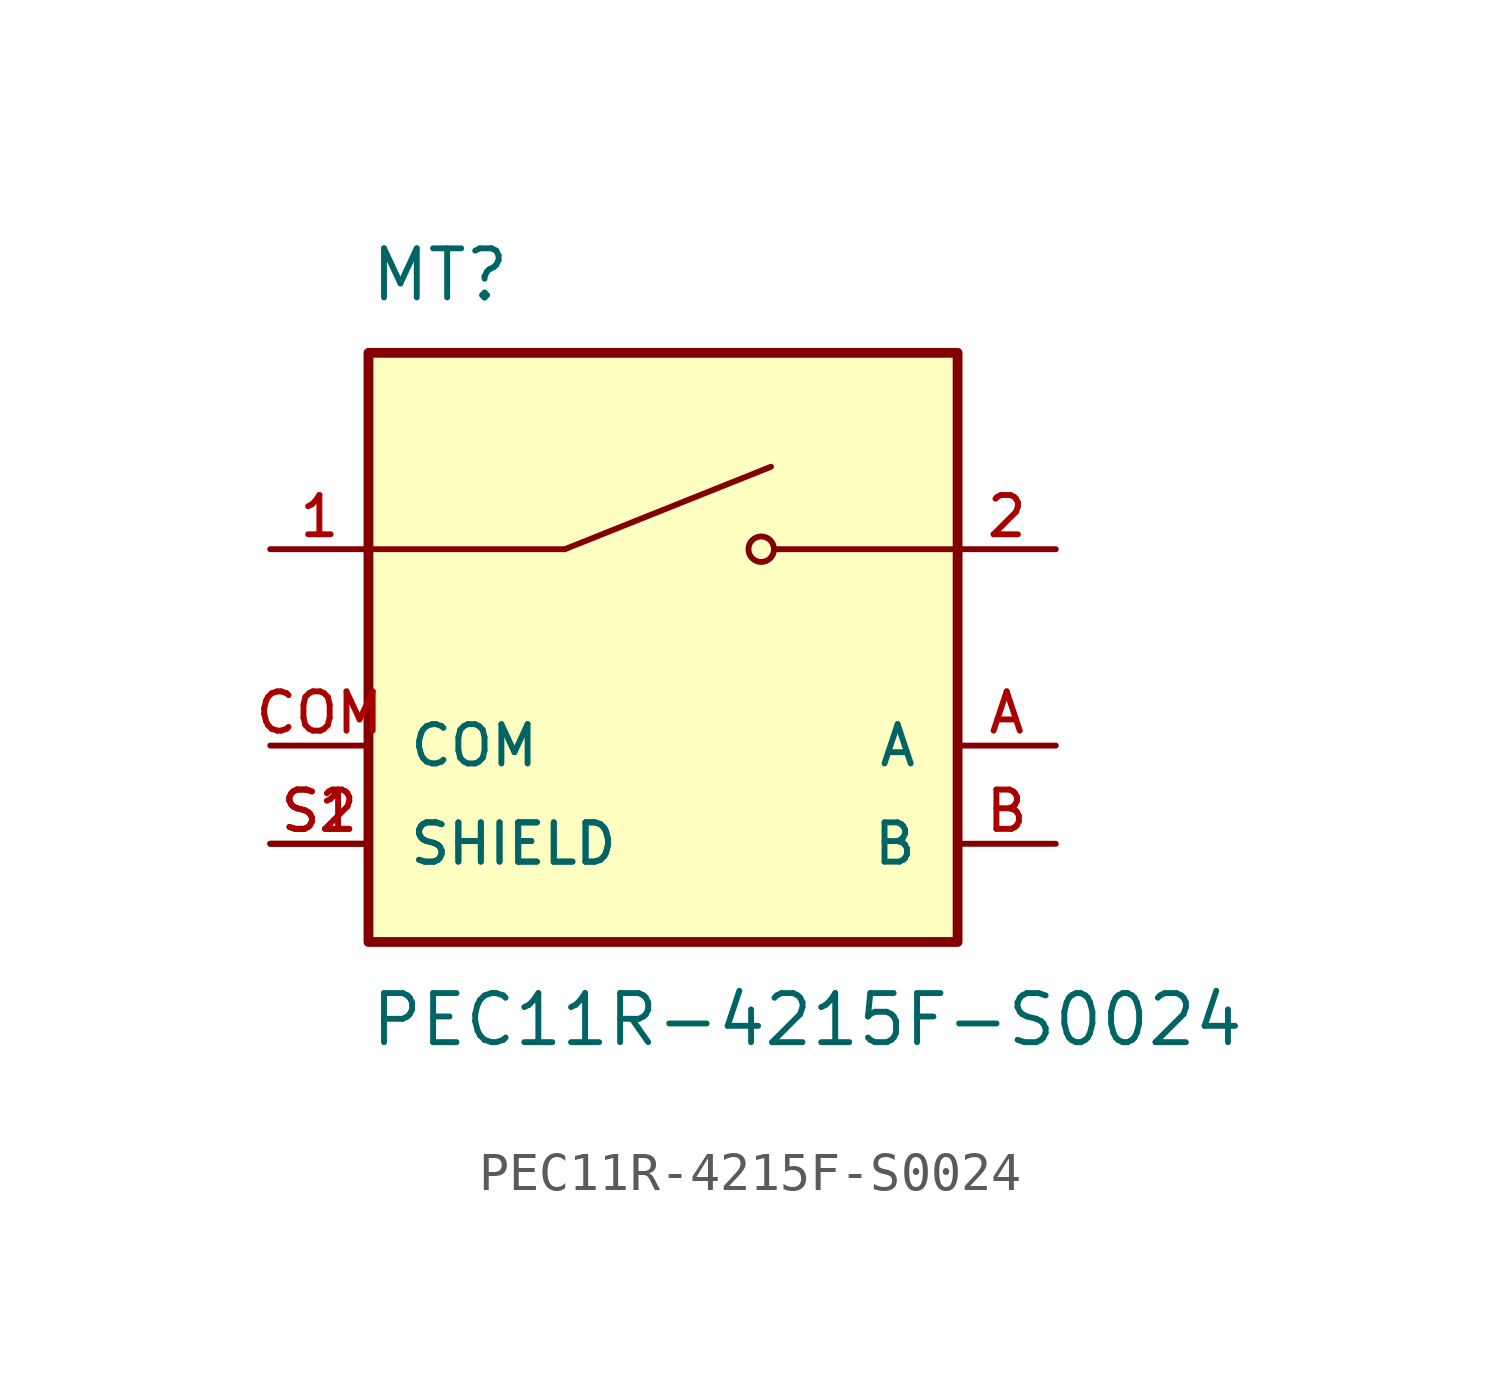
<source format=kicad_sym>
(kicad_symbol_lib
  (version 20211014)
  (generator kicad_symbol_editor)
  (symbol "PEC11R-4215F-S0024"
    (pin_names
      (offset 1.016))
    (property "Reference" "MT"
      (at -7.62 8.89 0)
      (effects (font (size 1.27 1.27)) (justify bottom left)))
    (property "Value" "PEC11R-4215F-S0024"
      (at -7.62 -8.89 0)
      (effects (font (size 1.27 1.27)) (justify top left)))
    (symbol "PEC11R-4215F-S0024_0_0"
      (polyline (pts (xy -2.54 2.54) (xy 2.794 4.674)) (stroke (width 0.152)))
      (circle (center 2.54 2.54) (radius 0.33) (stroke (width 0.152)) (fill (type none)))
      (polyline (pts (xy 7.62 2.54) (xy 2.921 2.54)) (stroke (width 0.152)))
      (polyline (pts (xy -2.54 2.54) (xy -7.62 2.54)) (stroke (width 0.152)))
      (rectangle (start -7.62 -7.62) (end 7.62 7.62) (stroke (width 0.254)) (fill (type background)))
      (pin passive line (at -10.16 2.54 0) (length 2.54) (name "~" (effects (font (size 1.016 1.016)))) (number "1" (effects (font (size 1.016 1.016)))))
      (pin passive line (at 10.16 2.54 180.0) (length 2.54) (name "~" (effects (font (size 1.016 1.016)))) (number "2" (effects (font (size 1.016 1.016)))))
      (pin passive line (at 10.16 -2.54 180.0) (length 2.54) (name "A" (effects (font (size 1.016 1.016)))) (number "A" (effects (font (size 1.016 1.016)))))
      (pin passive line (at 10.16 -5.08 180.0) (length 2.54) (name "B" (effects (font (size 1.016 1.016)))) (number "B" (effects (font (size 1.016 1.016)))))
      (pin passive line (at -10.16 -2.54 0) (length 2.54) (name "COM" (effects (font (size 1.016 1.016)))) (number "COM" (effects (font (size 1.016 1.016)))))
      (pin passive line (at -10.16 -5.08 0) (length 2.54) (name "SHIELD" (effects (font (size 1.016 1.016)))) (number "S1" (effects (font (size 1.016 1.016)))))
      (pin passive line (at -10.16 -5.08 0) (length 2.54) (name "SHIELD" (effects (font (size 1.016 1.016)))) (number "S2" (effects (font (size 1.016 1.016))))))))
</source>
